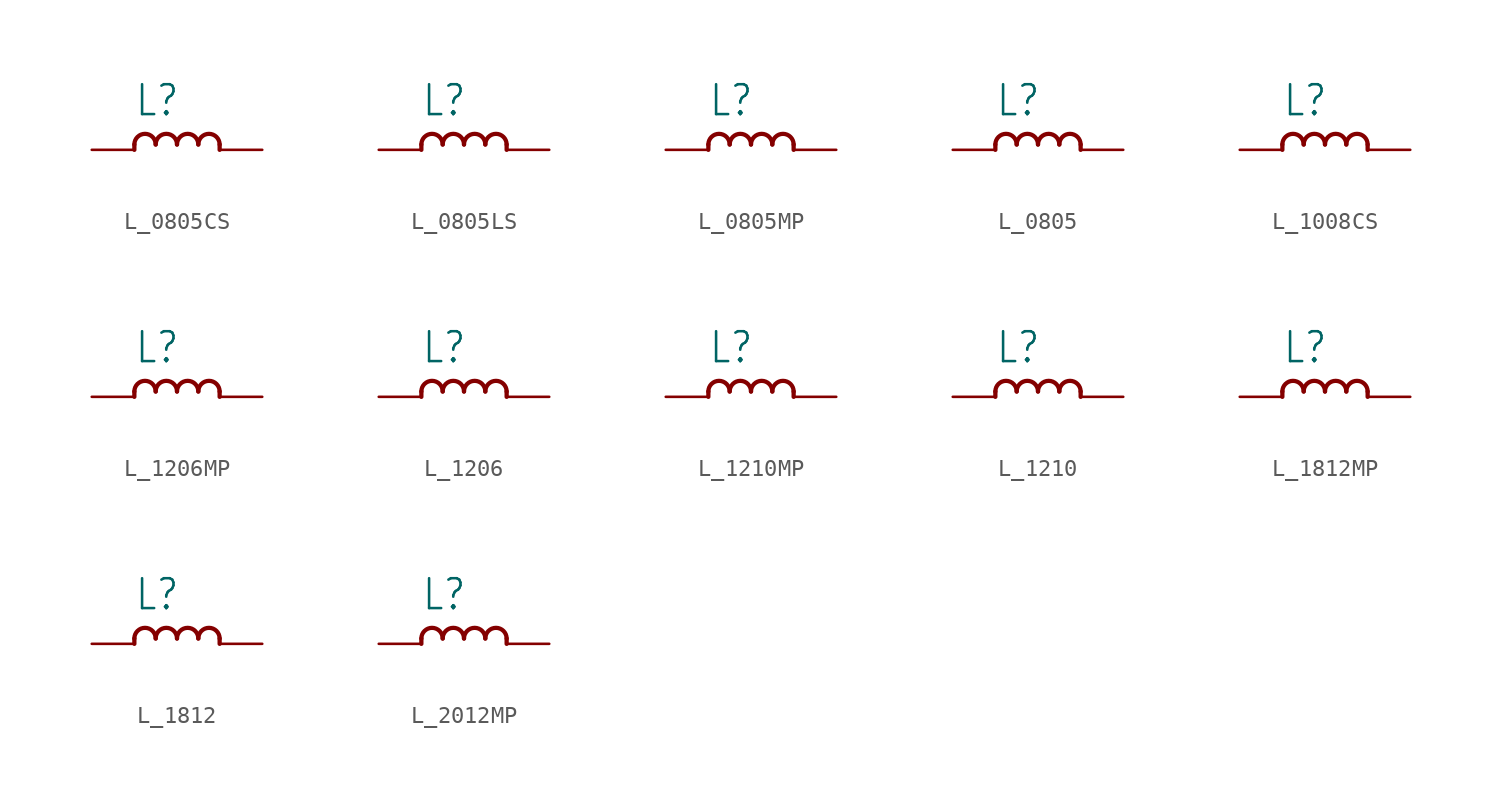
<source format=kicad_sym>
(kicad_symbol_lib
  (version 20220914)
  (generator kicad_symbol_editor)
  (symbol "L_0805CS"
    (property "Reference" "L"
      (at -2.54 1.905 0)
      (effects (font (size 1.778 1.511)) (justify left bottom)))
    (property "Value" ""
      (at -2.54 -2.54 0)
      (effects (font (size 1.778 1.511)) (justify left bottom)))
    (property "ki_locked" ""
      (at 0 0 0)
      (effects (font (size 1.27 1.27))))
    (symbol "L_0805CS_1_0"
      (arc (start -1.27 0.3173) (mid -1.9049 0.9497) (end -2.54 0.3175) (stroke (width 0.254) (type solid)) (fill (type none)))
      (polyline (pts (xy -2.54 0.318) (xy -2.54 0)) (stroke (width 0.254) (type solid)) (fill (type none)))
      (polyline (pts (xy 2.54 0.318) (xy 2.54 0)) (stroke (width 0.254) (type solid)) (fill (type none)))
      (arc (start 0 0.3173) (mid -0.6349 0.9497) (end -1.27 0.3175) (stroke (width 0.254) (type solid)) (fill (type none)))
      (arc (start 1.27 0.3173) (mid 0.6351 0.9497) (end 0 0.3175) (stroke (width 0.254) (type solid)) (fill (type none)))
      (arc (start 2.54 0.3173) (mid 1.9051 0.9497) (end 1.27 0.3175) (stroke (width 0.254) (type solid)) (fill (type none)))
      (pin passive line (at 5.08 0 180) (length 2.54) (name "1" (effects (font (size 0 0)))) (number "1" (effects (font (size 0 0)))))
      (pin passive line (at -5.08 0 0) (length 2.54) (name "2" (effects (font (size 0 0)))) (number "2" (effects (font (size 0 0)))))))
  (symbol "L_0805LS"
    (property "Reference" "L"
      (at -2.54 1.905 0)
      (effects (font (size 1.778 1.511)) (justify left bottom)))
    (property "Value" ""
      (at -2.54 -2.54 0)
      (effects (font (size 1.778 1.511)) (justify left bottom)))
    (property "ki_locked" ""
      (at 0 0 0)
      (effects (font (size 1.27 1.27))))
    (symbol "L_0805LS_1_0"
      (arc (start -1.27 0.3173) (mid -1.9049 0.9497) (end -2.54 0.3175) (stroke (width 0.254) (type solid)) (fill (type none)))
      (polyline (pts (xy -2.54 0.318) (xy -2.54 0)) (stroke (width 0.254) (type solid)) (fill (type none)))
      (polyline (pts (xy 2.54 0.318) (xy 2.54 0)) (stroke (width 0.254) (type solid)) (fill (type none)))
      (arc (start 0 0.3173) (mid -0.6349 0.9497) (end -1.27 0.3175) (stroke (width 0.254) (type solid)) (fill (type none)))
      (arc (start 1.27 0.3173) (mid 0.6351 0.9497) (end 0 0.3175) (stroke (width 0.254) (type solid)) (fill (type none)))
      (arc (start 2.54 0.3173) (mid 1.9051 0.9497) (end 1.27 0.3175) (stroke (width 0.254) (type solid)) (fill (type none)))
      (pin passive line (at 5.08 0 180) (length 2.54) (name "1" (effects (font (size 0 0)))) (number "1" (effects (font (size 0 0)))))
      (pin passive line (at -5.08 0 0) (length 2.54) (name "2" (effects (font (size 0 0)))) (number "2" (effects (font (size 0 0)))))))
  (symbol "L_0805MP"
    (property "Reference" "L"
      (at -2.54 1.905 0)
      (effects (font (size 1.778 1.511)) (justify left bottom)))
    (property "Value" ""
      (at -2.54 -2.54 0)
      (effects (font (size 1.778 1.511)) (justify left bottom)))
    (property "ki_locked" ""
      (at 0 0 0)
      (effects (font (size 1.27 1.27))))
    (symbol "L_0805MP_1_0"
      (arc (start -1.27 0.3173) (mid -1.9049 0.9497) (end -2.54 0.3175) (stroke (width 0.254) (type solid)) (fill (type none)))
      (polyline (pts (xy -2.54 0.318) (xy -2.54 0)) (stroke (width 0.254) (type solid)) (fill (type none)))
      (polyline (pts (xy 2.54 0.318) (xy 2.54 0)) (stroke (width 0.254) (type solid)) (fill (type none)))
      (arc (start 0 0.3173) (mid -0.6349 0.9497) (end -1.27 0.3175) (stroke (width 0.254) (type solid)) (fill (type none)))
      (arc (start 1.27 0.3173) (mid 0.6351 0.9497) (end 0 0.3175) (stroke (width 0.254) (type solid)) (fill (type none)))
      (arc (start 2.54 0.3173) (mid 1.9051 0.9497) (end 1.27 0.3175) (stroke (width 0.254) (type solid)) (fill (type none)))
      (pin passive line (at 5.08 0 180) (length 2.54) (name "1" (effects (font (size 0 0)))) (number "1" (effects (font (size 0 0)))))
      (pin passive line (at -5.08 0 0) (length 2.54) (name "2" (effects (font (size 0 0)))) (number "2" (effects (font (size 0 0)))))))
  (symbol "L_0805"
    (property "Reference" "L"
      (at -2.54 1.905 0)
      (effects (font (size 1.778 1.511)) (justify left bottom)))
    (property "Value" ""
      (at -2.54 -2.54 0)
      (effects (font (size 1.778 1.511)) (justify left bottom)))
    (property "ki_locked" ""
      (at 0 0 0)
      (effects (font (size 1.27 1.27))))
    (symbol "L_0805_1_0"
      (arc (start -1.27 0.3173) (mid -1.9049 0.9497) (end -2.54 0.3175) (stroke (width 0.254) (type solid)) (fill (type none)))
      (polyline (pts (xy -2.54 0.318) (xy -2.54 0)) (stroke (width 0.254) (type solid)) (fill (type none)))
      (polyline (pts (xy 2.54 0.318) (xy 2.54 0)) (stroke (width 0.254) (type solid)) (fill (type none)))
      (arc (start 0 0.3173) (mid -0.6349 0.9497) (end -1.27 0.3175) (stroke (width 0.254) (type solid)) (fill (type none)))
      (arc (start 1.27 0.3173) (mid 0.6351 0.9497) (end 0 0.3175) (stroke (width 0.254) (type solid)) (fill (type none)))
      (arc (start 2.54 0.3173) (mid 1.9051 0.9497) (end 1.27 0.3175) (stroke (width 0.254) (type solid)) (fill (type none)))
      (pin passive line (at 5.08 0 180) (length 2.54) (name "1" (effects (font (size 0 0)))) (number "1" (effects (font (size 0 0)))))
      (pin passive line (at -5.08 0 0) (length 2.54) (name "2" (effects (font (size 0 0)))) (number "2" (effects (font (size 0 0)))))))
  (symbol "L_1008CS"
    (property "Reference" "L"
      (at -2.54 1.905 0)
      (effects (font (size 1.778 1.511)) (justify left bottom)))
    (property "Value" ""
      (at -2.54 -2.54 0)
      (effects (font (size 1.778 1.511)) (justify left bottom)))
    (property "ki_locked" ""
      (at 0 0 0)
      (effects (font (size 1.27 1.27))))
    (symbol "L_1008CS_1_0"
      (arc (start -1.27 0.3173) (mid -1.9049 0.9497) (end -2.54 0.3175) (stroke (width 0.254) (type solid)) (fill (type none)))
      (polyline (pts (xy -2.54 0.318) (xy -2.54 0)) (stroke (width 0.254) (type solid)) (fill (type none)))
      (polyline (pts (xy 2.54 0.318) (xy 2.54 0)) (stroke (width 0.254) (type solid)) (fill (type none)))
      (arc (start 0 0.3173) (mid -0.6349 0.9497) (end -1.27 0.3175) (stroke (width 0.254) (type solid)) (fill (type none)))
      (arc (start 1.27 0.3173) (mid 0.6351 0.9497) (end 0 0.3175) (stroke (width 0.254) (type solid)) (fill (type none)))
      (arc (start 2.54 0.3173) (mid 1.9051 0.9497) (end 1.27 0.3175) (stroke (width 0.254) (type solid)) (fill (type none)))
      (pin passive line (at 5.08 0 180) (length 2.54) (name "1" (effects (font (size 0 0)))) (number "1" (effects (font (size 0 0)))))
      (pin passive line (at -5.08 0 0) (length 2.54) (name "2" (effects (font (size 0 0)))) (number "2" (effects (font (size 0 0)))))))
  (symbol "L_1206MP"
    (property "Reference" "L"
      (at -2.54 1.905 0)
      (effects (font (size 1.778 1.511)) (justify left bottom)))
    (property "Value" ""
      (at -2.54 -2.54 0)
      (effects (font (size 1.778 1.511)) (justify left bottom)))
    (property "ki_locked" ""
      (at 0 0 0)
      (effects (font (size 1.27 1.27))))
    (symbol "L_1206MP_1_0"
      (arc (start -1.27 0.3173) (mid -1.9049 0.9497) (end -2.54 0.3175) (stroke (width 0.254) (type solid)) (fill (type none)))
      (polyline (pts (xy -2.54 0.318) (xy -2.54 0)) (stroke (width 0.254) (type solid)) (fill (type none)))
      (polyline (pts (xy 2.54 0.318) (xy 2.54 0)) (stroke (width 0.254) (type solid)) (fill (type none)))
      (arc (start 0 0.3173) (mid -0.6349 0.9497) (end -1.27 0.3175) (stroke (width 0.254) (type solid)) (fill (type none)))
      (arc (start 1.27 0.3173) (mid 0.6351 0.9497) (end 0 0.3175) (stroke (width 0.254) (type solid)) (fill (type none)))
      (arc (start 2.54 0.3173) (mid 1.9051 0.9497) (end 1.27 0.3175) (stroke (width 0.254) (type solid)) (fill (type none)))
      (pin passive line (at 5.08 0 180) (length 2.54) (name "1" (effects (font (size 0 0)))) (number "1" (effects (font (size 0 0)))))
      (pin passive line (at -5.08 0 0) (length 2.54) (name "2" (effects (font (size 0 0)))) (number "2" (effects (font (size 0 0)))))))
  (symbol "L_1206"
    (property "Reference" "L"
      (at -2.54 1.905 0)
      (effects (font (size 1.778 1.511)) (justify left bottom)))
    (property "Value" ""
      (at -2.54 -2.54 0)
      (effects (font (size 1.778 1.511)) (justify left bottom)))
    (property "ki_locked" ""
      (at 0 0 0)
      (effects (font (size 1.27 1.27))))
    (symbol "L_1206_1_0"
      (arc (start -1.27 0.3173) (mid -1.9049 0.9497) (end -2.54 0.3175) (stroke (width 0.254) (type solid)) (fill (type none)))
      (polyline (pts (xy -2.54 0.318) (xy -2.54 0)) (stroke (width 0.254) (type solid)) (fill (type none)))
      (polyline (pts (xy 2.54 0.318) (xy 2.54 0)) (stroke (width 0.254) (type solid)) (fill (type none)))
      (arc (start 0 0.3173) (mid -0.6349 0.9497) (end -1.27 0.3175) (stroke (width 0.254) (type solid)) (fill (type none)))
      (arc (start 1.27 0.3173) (mid 0.6351 0.9497) (end 0 0.3175) (stroke (width 0.254) (type solid)) (fill (type none)))
      (arc (start 2.54 0.3173) (mid 1.9051 0.9497) (end 1.27 0.3175) (stroke (width 0.254) (type solid)) (fill (type none)))
      (pin passive line (at 5.08 0 180) (length 2.54) (name "1" (effects (font (size 0 0)))) (number "1" (effects (font (size 0 0)))))
      (pin passive line (at -5.08 0 0) (length 2.54) (name "2" (effects (font (size 0 0)))) (number "2" (effects (font (size 0 0)))))))
  (symbol "L_1210MP"
    (property "Reference" "L"
      (at -2.54 1.905 0)
      (effects (font (size 1.778 1.511)) (justify left bottom)))
    (property "Value" ""
      (at -2.54 -2.54 0)
      (effects (font (size 1.778 1.511)) (justify left bottom)))
    (property "ki_locked" ""
      (at 0 0 0)
      (effects (font (size 1.27 1.27))))
    (symbol "L_1210MP_1_0"
      (arc (start -1.27 0.3173) (mid -1.9049 0.9497) (end -2.54 0.3175) (stroke (width 0.254) (type solid)) (fill (type none)))
      (polyline (pts (xy -2.54 0.318) (xy -2.54 0)) (stroke (width 0.254) (type solid)) (fill (type none)))
      (polyline (pts (xy 2.54 0.318) (xy 2.54 0)) (stroke (width 0.254) (type solid)) (fill (type none)))
      (arc (start 0 0.3173) (mid -0.6349 0.9497) (end -1.27 0.3175) (stroke (width 0.254) (type solid)) (fill (type none)))
      (arc (start 1.27 0.3173) (mid 0.6351 0.9497) (end 0 0.3175) (stroke (width 0.254) (type solid)) (fill (type none)))
      (arc (start 2.54 0.3173) (mid 1.9051 0.9497) (end 1.27 0.3175) (stroke (width 0.254) (type solid)) (fill (type none)))
      (pin passive line (at 5.08 0 180) (length 2.54) (name "1" (effects (font (size 0 0)))) (number "1" (effects (font (size 0 0)))))
      (pin passive line (at -5.08 0 0) (length 2.54) (name "2" (effects (font (size 0 0)))) (number "2" (effects (font (size 0 0)))))))
  (symbol "L_1210"
    (property "Reference" "L"
      (at -2.54 1.905 0)
      (effects (font (size 1.778 1.511)) (justify left bottom)))
    (property "Value" ""
      (at -2.54 -2.54 0)
      (effects (font (size 1.778 1.511)) (justify left bottom)))
    (property "ki_locked" ""
      (at 0 0 0)
      (effects (font (size 1.27 1.27))))
    (symbol "L_1210_1_0"
      (arc (start -1.27 0.3173) (mid -1.9049 0.9497) (end -2.54 0.3175) (stroke (width 0.254) (type solid)) (fill (type none)))
      (polyline (pts (xy -2.54 0.318) (xy -2.54 0)) (stroke (width 0.254) (type solid)) (fill (type none)))
      (polyline (pts (xy 2.54 0.318) (xy 2.54 0)) (stroke (width 0.254) (type solid)) (fill (type none)))
      (arc (start 0 0.3173) (mid -0.6349 0.9497) (end -1.27 0.3175) (stroke (width 0.254) (type solid)) (fill (type none)))
      (arc (start 1.27 0.3173) (mid 0.6351 0.9497) (end 0 0.3175) (stroke (width 0.254) (type solid)) (fill (type none)))
      (arc (start 2.54 0.3173) (mid 1.9051 0.9497) (end 1.27 0.3175) (stroke (width 0.254) (type solid)) (fill (type none)))
      (pin passive line (at 5.08 0 180) (length 2.54) (name "1" (effects (font (size 0 0)))) (number "1" (effects (font (size 0 0)))))
      (pin passive line (at -5.08 0 0) (length 2.54) (name "2" (effects (font (size 0 0)))) (number "2" (effects (font (size 0 0)))))))
  (symbol "L_1812MP"
    (property "Reference" "L"
      (at -2.54 1.905 0)
      (effects (font (size 1.778 1.511)) (justify left bottom)))
    (property "Value" ""
      (at -2.54 -2.54 0)
      (effects (font (size 1.778 1.511)) (justify left bottom)))
    (property "ki_locked" ""
      (at 0 0 0)
      (effects (font (size 1.27 1.27))))
    (symbol "L_1812MP_1_0"
      (arc (start -1.27 0.3173) (mid -1.9049 0.9497) (end -2.54 0.3175) (stroke (width 0.254) (type solid)) (fill (type none)))
      (polyline (pts (xy -2.54 0.318) (xy -2.54 0)) (stroke (width 0.254) (type solid)) (fill (type none)))
      (polyline (pts (xy 2.54 0.318) (xy 2.54 0)) (stroke (width 0.254) (type solid)) (fill (type none)))
      (arc (start 0 0.3173) (mid -0.6349 0.9497) (end -1.27 0.3175) (stroke (width 0.254) (type solid)) (fill (type none)))
      (arc (start 1.27 0.3173) (mid 0.6351 0.9497) (end 0 0.3175) (stroke (width 0.254) (type solid)) (fill (type none)))
      (arc (start 2.54 0.3173) (mid 1.9051 0.9497) (end 1.27 0.3175) (stroke (width 0.254) (type solid)) (fill (type none)))
      (pin passive line (at 5.08 0 180) (length 2.54) (name "1" (effects (font (size 0 0)))) (number "1" (effects (font (size 0 0)))))
      (pin passive line (at -5.08 0 0) (length 2.54) (name "2" (effects (font (size 0 0)))) (number "2" (effects (font (size 0 0)))))))
  (symbol "L_1812"
    (property "Reference" "L"
      (at -2.54 1.905 0)
      (effects (font (size 1.778 1.511)) (justify left bottom)))
    (property "Value" ""
      (at -2.54 -2.54 0)
      (effects (font (size 1.778 1.511)) (justify left bottom)))
    (property "ki_locked" ""
      (at 0 0 0)
      (effects (font (size 1.27 1.27))))
    (symbol "L_1812_1_0"
      (arc (start -1.27 0.3173) (mid -1.9049 0.9497) (end -2.54 0.3175) (stroke (width 0.254) (type solid)) (fill (type none)))
      (polyline (pts (xy -2.54 0.318) (xy -2.54 0)) (stroke (width 0.254) (type solid)) (fill (type none)))
      (polyline (pts (xy 2.54 0.318) (xy 2.54 0)) (stroke (width 0.254) (type solid)) (fill (type none)))
      (arc (start 0 0.3173) (mid -0.6349 0.9497) (end -1.27 0.3175) (stroke (width 0.254) (type solid)) (fill (type none)))
      (arc (start 1.27 0.3173) (mid 0.6351 0.9497) (end 0 0.3175) (stroke (width 0.254) (type solid)) (fill (type none)))
      (arc (start 2.54 0.3173) (mid 1.9051 0.9497) (end 1.27 0.3175) (stroke (width 0.254) (type solid)) (fill (type none)))
      (pin passive line (at 5.08 0 180) (length 2.54) (name "1" (effects (font (size 0 0)))) (number "1" (effects (font (size 0 0)))))
      (pin passive line (at -5.08 0 0) (length 2.54) (name "2" (effects (font (size 0 0)))) (number "2" (effects (font (size 0 0)))))))
  (symbol "L_2012MP"
    (property "Reference" "L"
      (at -2.54 1.905 0)
      (effects (font (size 1.778 1.511)) (justify left bottom)))
    (property "Value" ""
      (at -2.54 -2.54 0)
      (effects (font (size 1.778 1.511)) (justify left bottom)))
    (property "ki_locked" ""
      (at 0 0 0)
      (effects (font (size 1.27 1.27))))
    (symbol "L_2012MP_1_0"
      (arc (start -1.27 0.3173) (mid -1.9049 0.9497) (end -2.54 0.3175) (stroke (width 0.254) (type solid)) (fill (type none)))
      (polyline (pts (xy -2.54 0.318) (xy -2.54 0)) (stroke (width 0.254) (type solid)) (fill (type none)))
      (polyline (pts (xy 2.54 0.318) (xy 2.54 0)) (stroke (width 0.254) (type solid)) (fill (type none)))
      (arc (start 0 0.3173) (mid -0.6349 0.9497) (end -1.27 0.3175) (stroke (width 0.254) (type solid)) (fill (type none)))
      (arc (start 1.27 0.3173) (mid 0.6351 0.9497) (end 0 0.3175) (stroke (width 0.254) (type solid)) (fill (type none)))
      (arc (start 2.54 0.3173) (mid 1.9051 0.9497) (end 1.27 0.3175) (stroke (width 0.254) (type solid)) (fill (type none)))
      (pin passive line (at 5.08 0 180) (length 2.54) (name "1" (effects (font (size 0 0)))) (number "1" (effects (font (size 0 0)))))
      (pin passive line (at -5.08 0 0) (length 2.54) (name "2" (effects (font (size 0 0)))) (number "2" (effects (font (size 0 0))))))))
</source>
